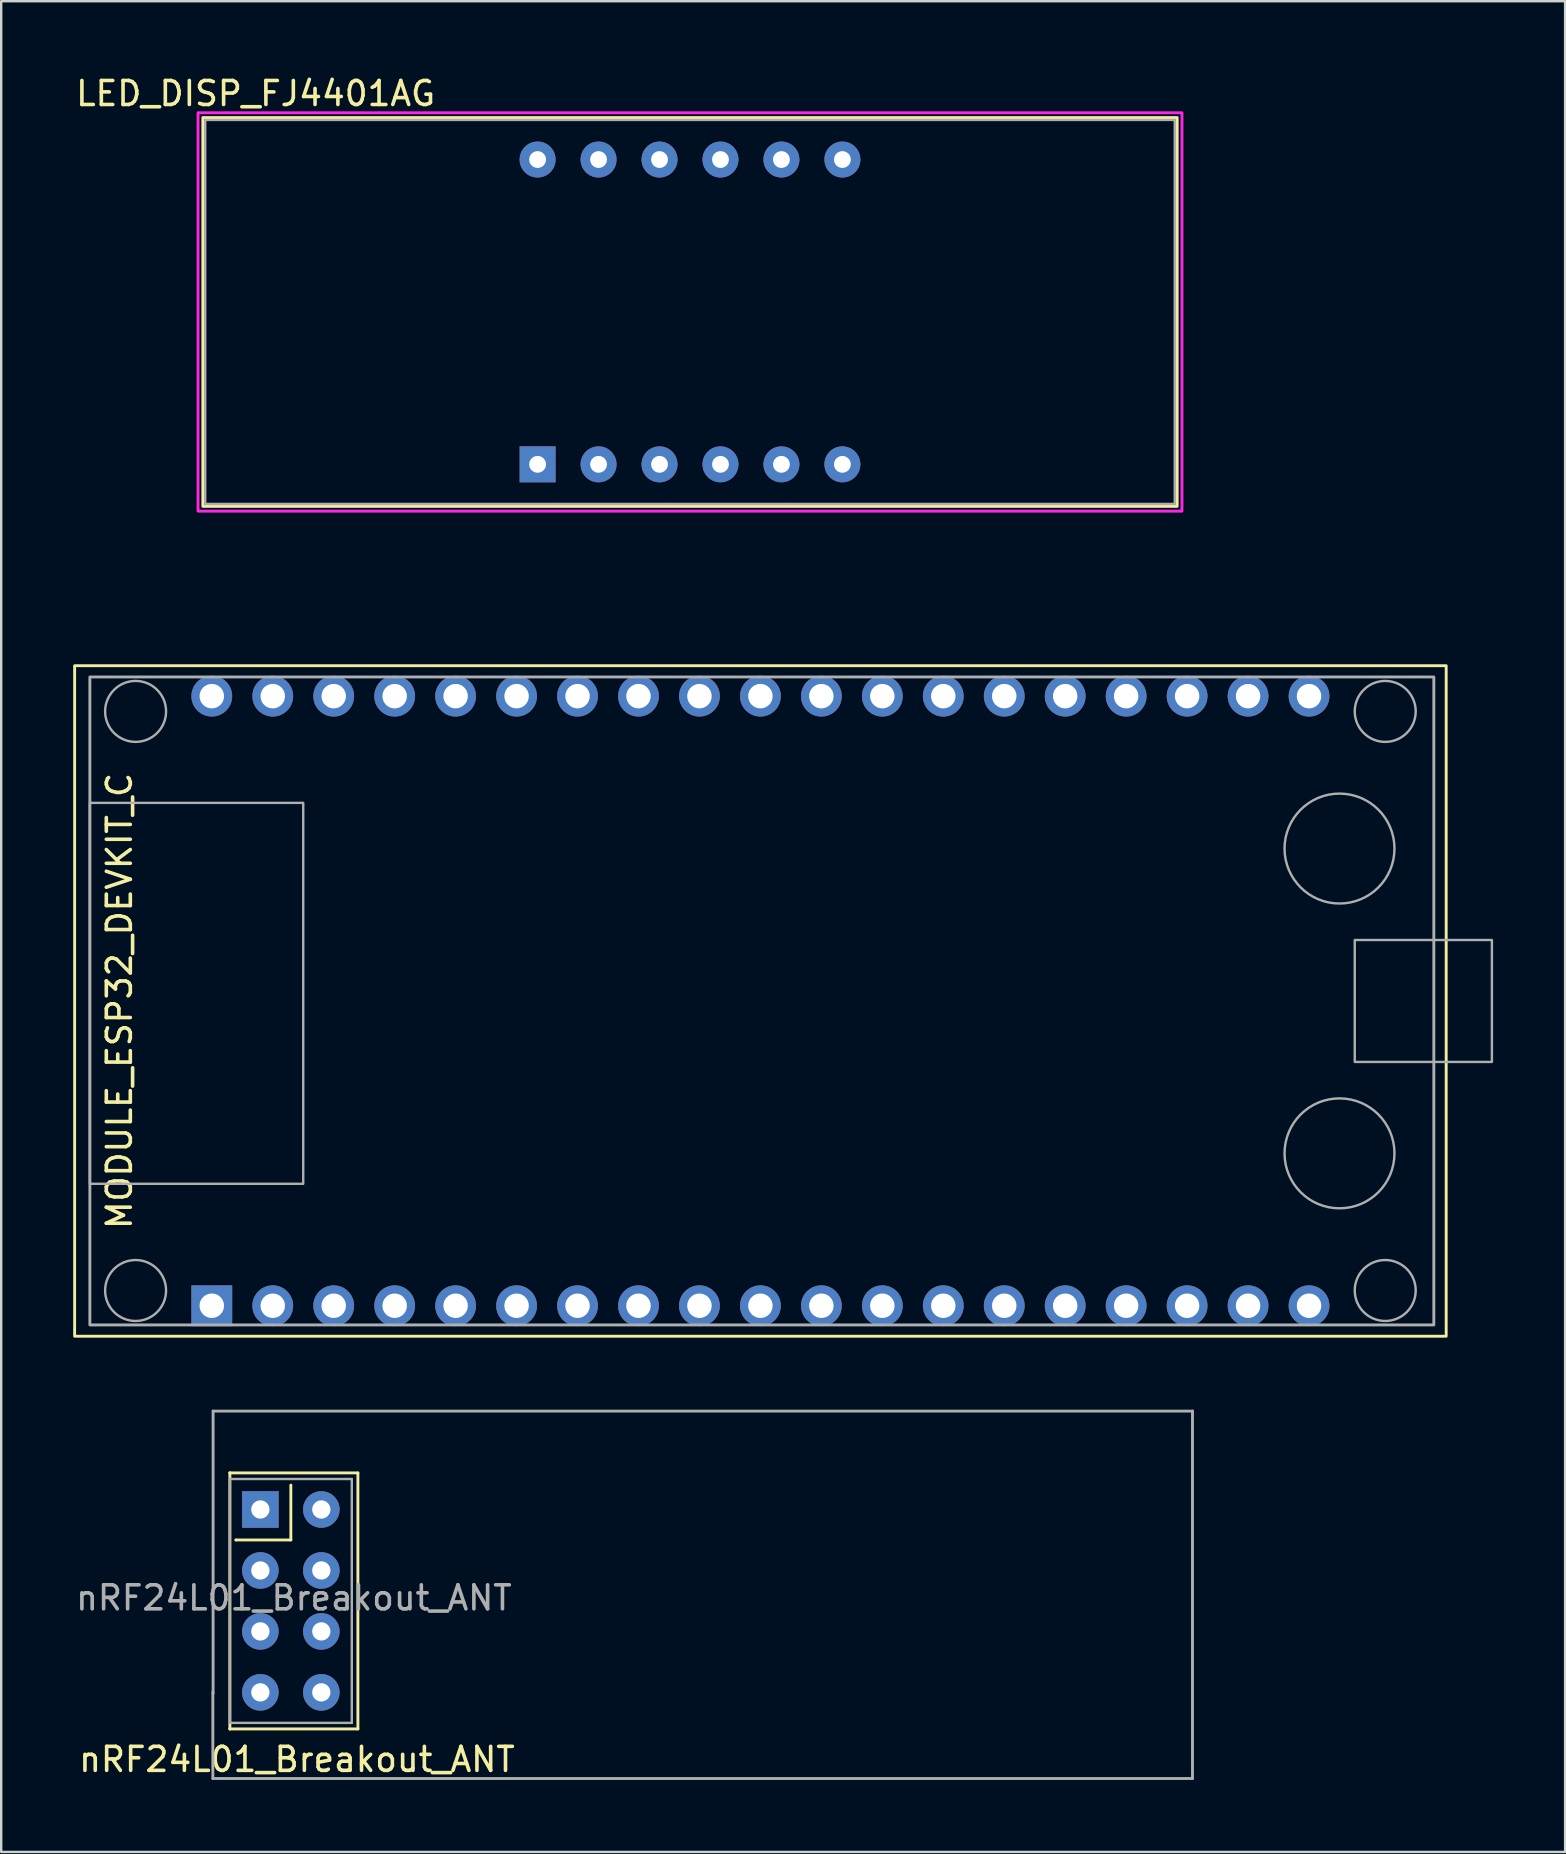
<source format=kicad_pcb>
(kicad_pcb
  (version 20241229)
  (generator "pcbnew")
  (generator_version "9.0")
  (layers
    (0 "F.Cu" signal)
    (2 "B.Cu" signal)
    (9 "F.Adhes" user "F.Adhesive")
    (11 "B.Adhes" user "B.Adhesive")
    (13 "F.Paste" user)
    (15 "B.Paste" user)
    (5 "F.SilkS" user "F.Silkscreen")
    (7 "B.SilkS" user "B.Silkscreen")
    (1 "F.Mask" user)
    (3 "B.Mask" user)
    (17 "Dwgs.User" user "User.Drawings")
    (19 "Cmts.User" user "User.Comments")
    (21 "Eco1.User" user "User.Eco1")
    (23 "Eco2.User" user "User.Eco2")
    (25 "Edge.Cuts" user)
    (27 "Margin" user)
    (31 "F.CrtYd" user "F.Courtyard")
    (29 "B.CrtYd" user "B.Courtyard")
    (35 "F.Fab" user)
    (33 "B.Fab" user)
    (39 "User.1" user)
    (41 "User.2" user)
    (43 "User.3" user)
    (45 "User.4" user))
  (footprint "MODULE_ESP32_DEVKIT_C"
    (layer "F.Cu")
    (at 28.635 38.658)
    (property "Reference" "MODULE_ESP32_DEVKIT_C" (at -26.71 0 90) (layer "F.SilkS") (effects (font (size 1 1) (thickness 0.15))))
    (attr through_hole)
    (fp_rect (start -28.575 -13.97) (end 28.575 13.97) (stroke (width 0.12) (type default)) (fill no) (layer "F.SilkS"))
    (fp_rect (start -27.94 -13.5) (end 28.06 13.5) (stroke (width 0.12) (type default)) (fill no) (layer "F.Fab"))
    (fp_rect (start -27.94 -8.255) (end -19.05 7.62) (stroke (width 0.1) (type solid)) (fill no) (layer "F.Fab"))
    (fp_rect (start 24.765 -2.54) (end 30.48 2.54) (stroke (width 0.1) (type solid)) (fill no) (layer "F.Fab"))
    (fp_circle (center -26.035 -12.065) (end -24.765 -12.065) (stroke (width 0.1) (type default)) (fill no) (layer "F.Fab"))
    (fp_circle (center -26.035 12.065) (end -24.765 12.065) (stroke (width 0.1) (type default)) (fill no) (layer "F.Fab"))
    (fp_circle (center 24.13 -6.35) (end 26.42 -6.35) (stroke (width 0.1) (type solid)) (fill no) (layer "F.Fab"))
    (fp_circle (center 24.13 6.35) (end 26.42 6.35) (stroke (width 0.1) (type solid)) (fill no) (layer "F.Fab"))
    (fp_circle (center 26.035 -12.065) (end 27.305 -12.065) (stroke (width 0.1) (type default)) (fill no) (layer "F.Fab"))
    (fp_circle (center 26.035 12.065) (end 27.305 12.065) (stroke (width 0.1) (type default)) (fill no) (layer "F.Fab"))
    (pad "1" thru_hole rect (at -22.86 12.7) (size 1.7 1.7) (drill 1.02) (layers "*.Cu" "*.Mask"))
    (pad "2" thru_hole circle (at -20.32 12.7) (size 1.7 1.7) (drill 1.02) (layers "*.Cu" "*.Mask"))
    (pad "3" thru_hole circle (at -17.78 12.7) (size 1.7 1.7) (drill 1.02) (layers "*.Cu" "*.Mask"))
    (pad "4" thru_hole circle (at -15.24 12.7) (size 1.7 1.7) (drill 1.02) (layers "*.Cu" "*.Mask"))
    (pad "5" thru_hole circle (at -12.7 12.7) (size 1.7 1.7) (drill 1.02) (layers "*.Cu" "*.Mask"))
    (pad "6" thru_hole circle (at -10.16 12.7) (size 1.7 1.7) (drill 1.02) (layers "*.Cu" "*.Mask"))
    (pad "7" thru_hole circle (at -7.62 12.7) (size 1.7 1.7) (drill 1.02) (layers "*.Cu" "*.Mask"))
    (pad "8" thru_hole circle (at -5.08 12.7) (size 1.7 1.7) (drill 1.02) (layers "*.Cu" "*.Mask"))
    (pad "9" thru_hole circle (at -2.54 12.7) (size 1.7 1.7) (drill 1.02) (layers "*.Cu" "*.Mask"))
    (pad "10" thru_hole circle (at 0 12.7) (size 1.7 1.7) (drill 1.02) (layers "*.Cu" "*.Mask"))
    (pad "11" thru_hole circle (at 2.54 12.7) (size 1.7 1.7) (drill 1.02) (layers "*.Cu" "*.Mask"))
    (pad "12" thru_hole circle (at 5.08 12.7) (size 1.7 1.7) (drill 1.02) (layers "*.Cu" "*.Mask"))
    (pad "13" thru_hole circle (at 7.62 12.7) (size 1.7 1.7) (drill 1.02) (layers "*.Cu" "*.Mask"))
    (pad "14" thru_hole circle (at 10.16 12.7) (size 1.7 1.7) (drill 1.02) (layers "*.Cu" "*.Mask"))
    (pad "15" thru_hole circle (at 12.7 12.7) (size 1.7 1.7) (drill 1.02) (layers "*.Cu" "*.Mask"))
    (pad "16" thru_hole circle (at 15.24 12.7) (size 1.7 1.7) (drill 1.02) (layers "*.Cu" "*.Mask"))
    (pad "17" thru_hole circle (at 17.78 12.7) (size 1.7 1.7) (drill 1.02) (layers "*.Cu" "*.Mask"))
    (pad "18" thru_hole circle (at 20.32 12.7) (size 1.7 1.7) (drill 1.02) (layers "*.Cu" "*.Mask"))
    (pad "19" thru_hole circle (at 22.86 12.7) (size 1.7 1.7) (drill 1.02) (layers "*.Cu" "*.Mask"))
    (pad "20" thru_hole circle (at 22.86 -12.7) (size 1.7 1.7) (drill 1.02) (layers "*.Cu" "*.Mask"))
    (pad "21" thru_hole circle (at 20.32 -12.7) (size 1.7 1.7) (drill 1.02) (layers "*.Cu" "*.Mask"))
    (pad "22" thru_hole circle (at 17.78 -12.7) (size 1.7 1.7) (drill 1.02) (layers "*.Cu" "*.Mask"))
    (pad "23" thru_hole circle (at 15.24 -12.7) (size 1.7 1.7) (drill 1.02) (layers "*.Cu" "*.Mask"))
    (pad "24" thru_hole circle (at 12.7 -12.7) (size 1.7 1.7) (drill 1.02) (layers "*.Cu" "*.Mask"))
    (pad "25" thru_hole circle (at 10.16 -12.7) (size 1.7 1.7) (drill 1.02) (layers "*.Cu" "*.Mask"))
    (pad "26" thru_hole circle (at 7.62 -12.7) (size 1.7 1.7) (drill 1.02) (layers "*.Cu" "*.Mask"))
    (pad "27" thru_hole circle (at 5.08 -12.7) (size 1.7 1.7) (drill 1.02) (layers "*.Cu" "*.Mask"))
    (pad "28" thru_hole circle (at 2.54 -12.7) (size 1.7 1.7) (drill 1.02) (layers "*.Cu" "*.Mask"))
    (pad "29" thru_hole circle (at 0 -12.7) (size 1.7 1.7) (drill 1.02) (layers "*.Cu" "*.Mask"))
    (pad "30" thru_hole circle (at -2.54 -12.7) (size 1.7 1.7) (drill 1.02) (layers "*.Cu" "*.Mask"))
    (pad "31" thru_hole circle (at -5.08 -12.7) (size 1.7 1.7) (drill 1.02) (layers "*.Cu" "*.Mask"))
    (pad "32" thru_hole circle (at -7.62 -12.7) (size 1.7 1.7) (drill 1.02) (layers "*.Cu" "*.Mask"))
    (pad "33" thru_hole circle (at -10.16 -12.7) (size 1.7 1.7) (drill 1.02) (layers "*.Cu" "*.Mask"))
    (pad "34" thru_hole circle (at -12.7 -12.7) (size 1.7 1.7) (drill 1.02) (layers "*.Cu" "*.Mask"))
    (pad "35" thru_hole circle (at -15.24 -12.7) (size 1.7 1.7) (drill 1.02) (layers "*.Cu" "*.Mask"))
    (pad "36" thru_hole circle (at -17.78 -12.7) (size 1.7 1.7) (drill 1.02) (layers "*.Cu" "*.Mask"))
    (pad "37" thru_hole circle (at -20.32 -12.7) (size 1.7 1.7) (drill 1.02) (layers "*.Cu" "*.Mask"))
    (pad "38" thru_hole circle (at -22.86 -12.7) (size 1.7 1.7) (drill 1.02) (layers "*.Cu" "*.Mask")))
  (footprint "nRF24L01_Breakout_ANT"
    (layer "F.Cu")
    (at 7.799 59.848)
    (property "Reference" "nRF24L01_Breakout_ANT" (at 1.524 10.414 0) (layer "F.SilkS") (effects (font (size 1 1) (thickness 0.15))))
    (attr through_hole)
    (fp_line (start -1.27 -1.524) (end -1.27 -1.524) (stroke (width 0.12) (type solid)) (layer "F.SilkS"))
    (fp_line (start -1.27 -1.524) (end 4.064 -1.524) (stroke (width 0.12) (type solid)) (layer "F.SilkS"))
    (fp_line (start -1.27 9.144) (end -1.27 -1.524) (stroke (width 0.12) (type solid)) (layer "F.SilkS"))
    (fp_line (start -1.27 9.144) (end -1.27 9.144) (stroke (width 0.12) (type solid)) (layer "F.SilkS"))
    (fp_line (start -1.016 1.27) (end -1.016 1.27) (stroke (width 0.12) (type solid)) (layer "F.SilkS"))
    (fp_line (start 1.27 -1.016) (end 1.27 1.27) (stroke (width 0.12) (type solid)) (layer "F.SilkS"))
    (fp_line (start 1.27 1.27) (end -1.016 1.27) (stroke (width 0.12) (type solid)) (layer "F.SilkS"))
    (fp_line (start 4.064 -1.524) (end 4.064 9.144) (stroke (width 0.12) (type solid)) (layer "F.SilkS"))
    (fp_line (start 4.064 9.144) (end -1.27 9.144) (stroke (width 0.12) (type solid)) (layer "F.SilkS"))
    (fp_line (start -1.98 7.61) (end -1.98 11.21) (stroke (width 0.12) (type solid)) (layer "F.Fab"))
    (fp_line (start -1.98 11.21) (end 38.84 11.21) (stroke (width 0.12) (type solid)) (layer "F.Fab"))
    (fp_line (start -1.97 -4.1) (end -1.97 7.67) (stroke (width 0.12) (type solid)) (layer "F.Fab"))
    (fp_line (start -1.27 -1.27) (end -1.27 -1.27) (stroke (width 0.1) (type solid)) (layer "F.Fab"))
    (fp_line (start -1.27 -1.27) (end 3.81 -1.27) (stroke (width 0.1) (type solid)) (layer "F.Fab"))
    (fp_line (start -1.27 8.89) (end -1.27 -1.27) (stroke (width 0.1) (type solid)) (layer "F.Fab"))
    (fp_line (start 3.81 -1.27) (end 3.81 8.89) (stroke (width 0.1) (type solid)) (layer "F.Fab"))
    (fp_line (start 3.81 8.89) (end -1.27 8.89) (stroke (width 0.1) (type solid)) (layer "F.Fab"))
    (fp_line (start 38.84 -4.1) (end -1.97 -4.1) (stroke (width 0.12) (type solid)) (layer "F.Fab"))
    (fp_line (start 38.84 11.21) (end 38.84 -4.1) (stroke (width 0.12) (type solid)) (layer "F.Fab"))
    (fp_text user "${REFERENCE}" (at 1.397 3.683 0) (layer "F.Fab") (effects (font (size 1 1) (thickness 0.15))))
    (pad "1" thru_hole rect (at 0 0) (size 1.524 1.524) (drill 0.762) (layers "*.Cu" "*.Mask"))
    (pad "2" thru_hole circle (at 2.54 0) (size 1.524 1.524) (drill 0.762) (layers "*.Cu" "*.Mask"))
    (pad "3" thru_hole circle (at 0 2.54) (size 1.524 1.524) (drill 0.762) (layers "*.Cu" "*.Mask"))
    (pad "4" thru_hole circle (at 2.54 2.54) (size 1.524 1.524) (drill 0.762) (layers "*.Cu" "*.Mask"))
    (pad "5" thru_hole circle (at 0 5.08) (size 1.524 1.524) (drill 0.762) (layers "*.Cu" "*.Mask"))
    (pad "6" thru_hole circle (at 2.54 5.08) (size 1.524 1.524) (drill 0.762) (layers "*.Cu" "*.Mask"))
    (pad "7" thru_hole circle (at 0 7.62) (size 1.524 1.524) (drill 0.762) (layers "*.Cu" "*.Mask"))
    (pad "8" thru_hole circle (at 2.54 7.62) (size 1.524 1.524) (drill 0.762) (layers "*.Cu" "*.Mask")))
  (footprint "LED_DISP_FJ4401AG"
    (layer "F.Cu")
    (at 29.511 21.378)
    (property "Reference" "LED_DISP_FJ4401AG" (at -21.91 -20.53 0) (unlocked yes) (layer "F.SilkS") (effects (font (size 1 1) (thickness 0.15))))
    (attr through_hole)
    (fp_rect (start -24.11 -19.53) (end 16.49 -3.33) (stroke (width 0.12) (type solid)) (fill no) (layer "F.SilkS"))
    (fp_rect (start -24.31 -19.73) (end 16.69 -3.13) (stroke (width 0.12) (type solid)) (fill no) (layer "F.CrtYd"))
    (fp_rect (start -24.01 -19.43) (end 16.39 -3.43) (stroke (width 0.1) (type solid)) (fill no) (layer "F.Fab"))
    (pad "1" thru_hole rect (at -10.16 -5.08) (size 1.5 1.5) (drill 0.7) (layers "*.Cu" "*.Mask"))
    (pad "2" thru_hole circle (at -7.62 -5.08) (size 1.5 1.5) (drill 0.7) (layers "*.Cu" "*.Mask"))
    (pad "3" thru_hole circle (at -5.08 -5.08) (size 1.5 1.5) (drill 0.7) (layers "*.Cu" "*.Mask"))
    (pad "4" thru_hole circle (at -2.54 -5.08) (size 1.5 1.5) (drill 0.7) (layers "*.Cu" "*.Mask"))
    (pad "5" thru_hole circle (at 0 -5.08) (size 1.5 1.5) (drill 0.7) (layers "*.Cu" "*.Mask"))
    (pad "6" thru_hole circle (at 2.54 -5.08) (size 1.5 1.5) (drill 0.7) (layers "*.Cu" "*.Mask"))
    (pad "7" thru_hole circle (at 2.54 -17.78) (size 1.5 1.5) (drill 0.7) (layers "*.Cu" "*.Mask"))
    (pad "8" thru_hole circle (at 0 -17.78) (size 1.5 1.5) (drill 0.7) (layers "*.Cu" "*.Mask"))
    (pad "9" thru_hole circle (at -2.54 -17.78) (size 1.5 1.5) (drill 0.7) (layers "*.Cu" "*.Mask"))
    (pad "10" thru_hole circle (at -5.08 -17.78) (size 1.5 1.5) (drill 0.7) (layers "*.Cu" "*.Mask"))
    (pad "11" thru_hole circle (at -7.62 -17.78) (size 1.5 1.5) (drill 0.7) (layers "*.Cu" "*.Mask"))
    (pad "12" thru_hole circle (at -10.16 -17.78) (size 1.5 1.5) (drill 0.7) (layers "*.Cu" "*.Mask")))
  (gr_rect
    (start -3 -3)
    (end 62.165 74.118)
    (stroke (width 0.1) (type default))
    (fill no)
    (layer "Edge.Cuts")))
</source>
